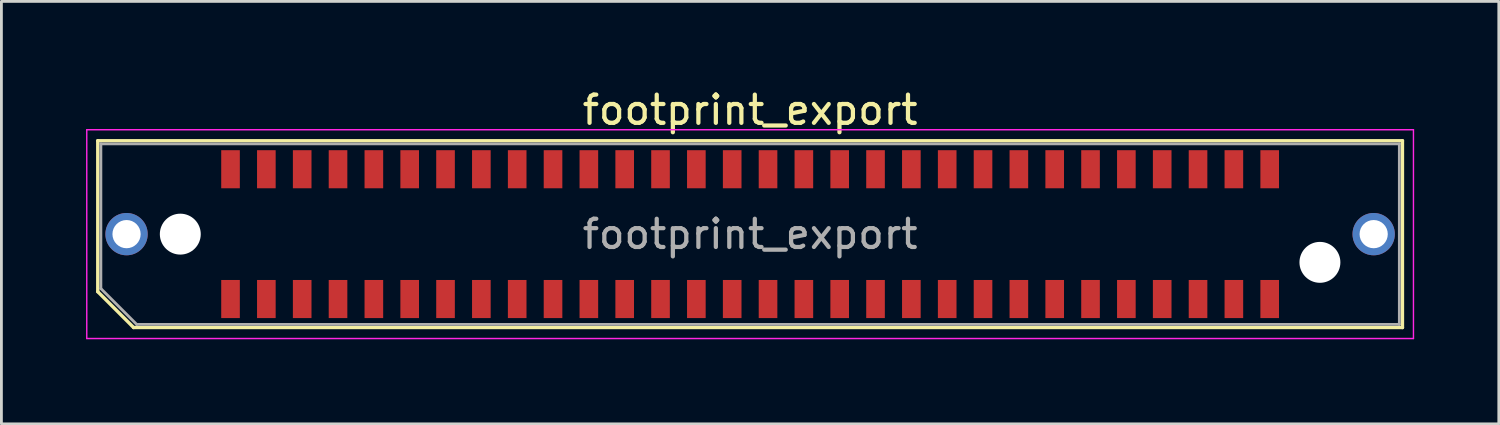
<source format=kicad_pcb>
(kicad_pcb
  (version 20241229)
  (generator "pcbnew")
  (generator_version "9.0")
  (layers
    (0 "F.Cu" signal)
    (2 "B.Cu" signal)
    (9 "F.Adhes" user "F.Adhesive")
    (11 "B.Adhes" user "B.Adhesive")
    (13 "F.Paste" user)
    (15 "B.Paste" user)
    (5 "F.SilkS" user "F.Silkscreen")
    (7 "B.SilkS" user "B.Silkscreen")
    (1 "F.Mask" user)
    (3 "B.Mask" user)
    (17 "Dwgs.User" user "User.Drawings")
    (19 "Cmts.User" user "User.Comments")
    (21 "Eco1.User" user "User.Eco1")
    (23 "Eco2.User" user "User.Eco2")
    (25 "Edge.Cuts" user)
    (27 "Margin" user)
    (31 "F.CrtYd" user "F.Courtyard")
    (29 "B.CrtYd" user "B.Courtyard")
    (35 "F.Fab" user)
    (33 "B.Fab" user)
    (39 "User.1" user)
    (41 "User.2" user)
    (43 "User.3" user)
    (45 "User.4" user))
  (footprint "footprint_export"
    (layer "F.Cu")
    (at 23.535 5.248)
    (property "Reference" "footprint_export" (at 0 -4.4 0) (layer "F.SilkS") (effects (font (size 1 1) (thickness 0.15))))
    (attr smd)
    (fp_line (start -23.12 -3.31) (end 23.12 -3.31) (stroke (width 0.12) (type solid)) (layer "F.SilkS"))
    (fp_line (start -23.12 2.04) (end -23.12 -3.31) (stroke (width 0.12) (type solid)) (layer "F.SilkS"))
    (fp_line (start -21.85 3.31) (end -23.12 2.04) (stroke (width 0.12) (type solid)) (layer "F.SilkS"))
    (fp_line (start -21.85 3.31) (end 23.12 3.31) (stroke (width 0.12) (type solid)) (layer "F.SilkS"))
    (fp_line (start 23.12 3.31) (end 23.12 -3.31) (stroke (width 0.12) (type solid)) (layer "F.SilkS"))
    (fp_line (start -23.51 -3.7) (end -23.51 3.7) (stroke (width 0.05) (type solid)) (layer "F.CrtYd"))
    (fp_line (start -23.51 3.7) (end 23.51 3.7) (stroke (width 0.05) (type solid)) (layer "F.CrtYd"))
    (fp_line (start 23.51 -3.7) (end -23.51 -3.7) (stroke (width 0.05) (type solid)) (layer "F.CrtYd"))
    (fp_line (start 23.51 3.7) (end 23.51 -3.7) (stroke (width 0.05) (type solid)) (layer "F.CrtYd"))
    (fp_line (start -23.01 -3.2) (end 23.01 -3.2) (stroke (width 0.1) (type solid)) (layer "F.Fab"))
    (fp_line (start -23.01 1.93) (end -23.01 -3.2) (stroke (width 0.1) (type solid)) (layer "F.Fab"))
    (fp_line (start -23.01 1.93) (end -21.74 3.2) (stroke (width 0.1) (type solid)) (layer "F.Fab"))
    (fp_line (start -21.74 3.2) (end 23.01 3.2) (stroke (width 0.1) (type solid)) (layer "F.Fab"))
    (fp_line (start 23.01 3.2) (end 23.01 -3.2) (stroke (width 0.1) (type solid)) (layer "F.Fab"))
    (fp_text user "${REFERENCE}" (at 0 0 0) (layer "F.Fab") (effects (font (size 1 1) (thickness 0.15))))
    (pad "" thru_hole circle (at -22.1 0) (size 1.5 1.5) (drill 1) (layers "*.Cu" "*.Mask"))
    (pad "" np_thru_hole circle (at -20.195 0) (size 1.45 1.45) (drill 1.45) (layers "*.Cu" "*.Mask"))
    (pad "" np_thru_hole circle (at 20.195 1) (size 1.45 1.45) (drill 1.45) (layers "*.Cu" "*.Mask"))
    (pad "" thru_hole circle (at 22.1 0) (size 1.5 1.5) (drill 1) (layers "*.Cu" "*.Mask"))
    (pad "1" smd rect (at -18.415 2.3) (size 0.66 1.35) (layers "F.Cu" "F.Mask" "F.Paste"))
    (pad "2" smd rect (at -18.415 -2.3) (size 0.66 1.35) (layers "F.Cu" "F.Mask" "F.Paste"))
    (pad "3" smd rect (at -17.145 2.3) (size 0.66 1.35) (layers "F.Cu" "F.Mask" "F.Paste"))
    (pad "4" smd rect (at -17.145 -2.3) (size 0.66 1.35) (layers "F.Cu" "F.Mask" "F.Paste"))
    (pad "5" smd rect (at -15.875 2.3) (size 0.66 1.35) (layers "F.Cu" "F.Mask" "F.Paste"))
    (pad "6" smd rect (at -15.875 -2.3) (size 0.66 1.35) (layers "F.Cu" "F.Mask" "F.Paste"))
    (pad "7" smd rect (at -14.605 2.3) (size 0.66 1.35) (layers "F.Cu" "F.Mask" "F.Paste"))
    (pad "8" smd rect (at -14.605 -2.3) (size 0.66 1.35) (layers "F.Cu" "F.Mask" "F.Paste"))
    (pad "9" smd rect (at -13.335 2.3) (size 0.66 1.35) (layers "F.Cu" "F.Mask" "F.Paste"))
    (pad "10" smd rect (at -13.335 -2.3) (size 0.66 1.35) (layers "F.Cu" "F.Mask" "F.Paste"))
    (pad "11" smd rect (at -12.065 2.3) (size 0.66 1.35) (layers "F.Cu" "F.Mask" "F.Paste"))
    (pad "12" smd rect (at -12.065 -2.3) (size 0.66 1.35) (layers "F.Cu" "F.Mask" "F.Paste"))
    (pad "13" smd rect (at -10.795 2.3) (size 0.66 1.35) (layers "F.Cu" "F.Mask" "F.Paste"))
    (pad "14" smd rect (at -10.795 -2.3) (size 0.66 1.35) (layers "F.Cu" "F.Mask" "F.Paste"))
    (pad "15" smd rect (at -9.525 2.3) (size 0.66 1.35) (layers "F.Cu" "F.Mask" "F.Paste"))
    (pad "16" smd rect (at -9.525 -2.3) (size 0.66 1.35) (layers "F.Cu" "F.Mask" "F.Paste"))
    (pad "17" smd rect (at -8.255 2.3) (size 0.66 1.35) (layers "F.Cu" "F.Mask" "F.Paste"))
    (pad "18" smd rect (at -8.255 -2.3) (size 0.66 1.35) (layers "F.Cu" "F.Mask" "F.Paste"))
    (pad "19" smd rect (at -6.985 2.3) (size 0.66 1.35) (layers "F.Cu" "F.Mask" "F.Paste"))
    (pad "20" smd rect (at -6.985 -2.3) (size 0.66 1.35) (layers "F.Cu" "F.Mask" "F.Paste"))
    (pad "21" smd rect (at -5.715 2.3) (size 0.66 1.35) (layers "F.Cu" "F.Mask" "F.Paste"))
    (pad "22" smd rect (at -5.715 -2.3) (size 0.66 1.35) (layers "F.Cu" "F.Mask" "F.Paste"))
    (pad "23" smd rect (at -4.445 2.3) (size 0.66 1.35) (layers "F.Cu" "F.Mask" "F.Paste"))
    (pad "24" smd rect (at -4.445 -2.3) (size 0.66 1.35) (layers "F.Cu" "F.Mask" "F.Paste"))
    (pad "25" smd rect (at -3.175 2.3) (size 0.66 1.35) (layers "F.Cu" "F.Mask" "F.Paste"))
    (pad "26" smd rect (at -3.175 -2.3) (size 0.66 1.35) (layers "F.Cu" "F.Mask" "F.Paste"))
    (pad "27" smd rect (at -1.905 2.3) (size 0.66 1.35) (layers "F.Cu" "F.Mask" "F.Paste"))
    (pad "28" smd rect (at -1.905 -2.3) (size 0.66 1.35) (layers "F.Cu" "F.Mask" "F.Paste"))
    (pad "29" smd rect (at -0.635 2.3) (size 0.66 1.35) (layers "F.Cu" "F.Mask" "F.Paste"))
    (pad "30" smd rect (at -0.635 -2.3) (size 0.66 1.35) (layers "F.Cu" "F.Mask" "F.Paste"))
    (pad "31" smd rect (at 0.635 2.3) (size 0.66 1.35) (layers "F.Cu" "F.Mask" "F.Paste"))
    (pad "32" smd rect (at 0.635 -2.3) (size 0.66 1.35) (layers "F.Cu" "F.Mask" "F.Paste"))
    (pad "33" smd rect (at 1.905 2.3) (size 0.66 1.35) (layers "F.Cu" "F.Mask" "F.Paste"))
    (pad "34" smd rect (at 1.905 -2.3) (size 0.66 1.35) (layers "F.Cu" "F.Mask" "F.Paste"))
    (pad "35" smd rect (at 3.175 2.3) (size 0.66 1.35) (layers "F.Cu" "F.Mask" "F.Paste"))
    (pad "36" smd rect (at 3.175 -2.3) (size 0.66 1.35) (layers "F.Cu" "F.Mask" "F.Paste"))
    (pad "37" smd rect (at 4.445 2.3) (size 0.66 1.35) (layers "F.Cu" "F.Mask" "F.Paste"))
    (pad "38" smd rect (at 4.445 -2.3) (size 0.66 1.35) (layers "F.Cu" "F.Mask" "F.Paste"))
    (pad "39" smd rect (at 5.715 2.3) (size 0.66 1.35) (layers "F.Cu" "F.Mask" "F.Paste"))
    (pad "40" smd rect (at 5.715 -2.3) (size 0.66 1.35) (layers "F.Cu" "F.Mask" "F.Paste"))
    (pad "41" smd rect (at 6.985 2.3) (size 0.66 1.35) (layers "F.Cu" "F.Mask" "F.Paste"))
    (pad "42" smd rect (at 6.985 -2.3) (size 0.66 1.35) (layers "F.Cu" "F.Mask" "F.Paste"))
    (pad "43" smd rect (at 8.255 2.3) (size 0.66 1.35) (layers "F.Cu" "F.Mask" "F.Paste"))
    (pad "44" smd rect (at 8.255 -2.3) (size 0.66 1.35) (layers "F.Cu" "F.Mask" "F.Paste"))
    (pad "45" smd rect (at 9.525 2.3) (size 0.66 1.35) (layers "F.Cu" "F.Mask" "F.Paste"))
    (pad "46" smd rect (at 9.525 -2.3) (size 0.66 1.35) (layers "F.Cu" "F.Mask" "F.Paste"))
    (pad "47" smd rect (at 10.795 2.3) (size 0.66 1.35) (layers "F.Cu" "F.Mask" "F.Paste"))
    (pad "48" smd rect (at 10.795 -2.3) (size 0.66 1.35) (layers "F.Cu" "F.Mask" "F.Paste"))
    (pad "49" smd rect (at 12.065 2.3) (size 0.66 1.35) (layers "F.Cu" "F.Mask" "F.Paste"))
    (pad "50" smd rect (at 12.065 -2.3) (size 0.66 1.35) (layers "F.Cu" "F.Mask" "F.Paste"))
    (pad "51" smd rect (at 13.335 2.3) (size 0.66 1.35) (layers "F.Cu" "F.Mask" "F.Paste"))
    (pad "52" smd rect (at 13.335 -2.3) (size 0.66 1.35) (layers "F.Cu" "F.Mask" "F.Paste"))
    (pad "53" smd rect (at 14.605 2.3) (size 0.66 1.35) (layers "F.Cu" "F.Mask" "F.Paste"))
    (pad "54" smd rect (at 14.605 -2.3) (size 0.66 1.35) (layers "F.Cu" "F.Mask" "F.Paste"))
    (pad "55" smd rect (at 15.875 2.3) (size 0.66 1.35) (layers "F.Cu" "F.Mask" "F.Paste"))
    (pad "56" smd rect (at 15.875 -2.3) (size 0.66 1.35) (layers "F.Cu" "F.Mask" "F.Paste"))
    (pad "57" smd rect (at 17.145 2.3) (size 0.66 1.35) (layers "F.Cu" "F.Mask" "F.Paste"))
    (pad "58" smd rect (at 17.145 -2.3) (size 0.66 1.35) (layers "F.Cu" "F.Mask" "F.Paste"))
    (pad "59" smd rect (at 18.415 2.3) (size 0.66 1.35) (layers "F.Cu" "F.Mask" "F.Paste"))
    (pad "60" smd rect (at 18.415 -2.3) (size 0.66 1.35) (layers "F.Cu" "F.Mask" "F.Paste")))
  (gr_rect
    (start -3 -3)
    (end 50.07 11.973)
    (stroke (width 0.1) (type default))
    (fill no)
    (layer "Edge.Cuts")))
</source>
